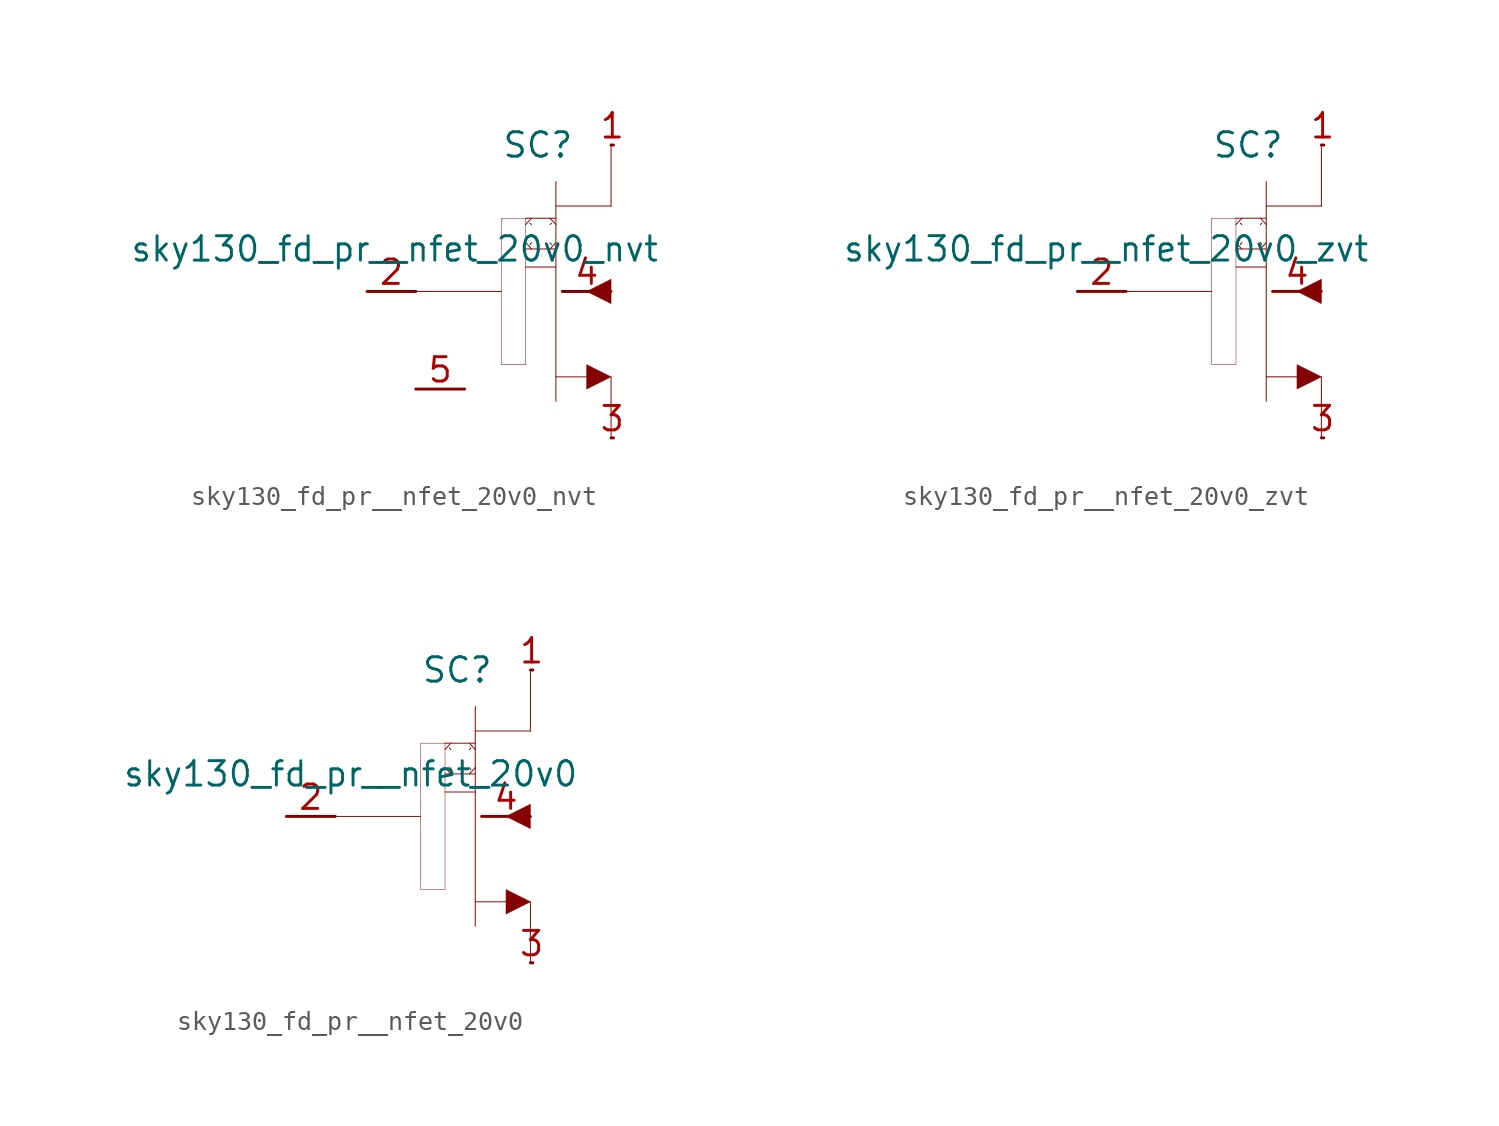
<source format=kicad_sym>
(kicad_symbol_lib
  (version 20211014)
  (generator kicad_symbol_editor)
  (symbol "sky130_fd_pr__nfet_20v0_nvt"
    (pin_names hide)
    (property "Reference" "SC"
      (at 1.27 7.62 0)
      (effects (font (size 1.27 1.27))))
    (property "Value" "sky130_fd_pr__nfet_20v0_nvt"
      (at 7.62 2.21 0)
      (effects (font (size 1.27 1.27)) (justify right)))
    (symbol "sky130_fd_pr__nfet_20v0_nvt_0_0"
      (polyline (pts (xy -5.08 0) (xy -0.635 0)) (stroke (width 0.051) (type default) (color 0 0 0 0)) (fill (type none)))
      (polyline (pts (xy 0.635 1.27) (xy 2.21 1.27)) (stroke (width 0.051) (type default) (color 0 0 0 0)) (fill (type none)))
      (polyline (pts (xy 0.635 2.21) (xy 2.21 2.21)) (stroke (width 0.051) (type default) (color 0 0 0 0)) (fill (type none)))
      (polyline (pts (xy 0.635 2.54) (xy 0.94 2.21)) (stroke (width 0.051) (type default) (color 0 0 0 0)) (fill (type none)))
      (polyline (pts (xy 0.635 3.48) (xy 0.94 3.81)) (stroke (width 0.051) (type default) (color 0 0 0 0)) (fill (type none)))
      (polyline (pts (xy 0.635 3.81) (xy 2.21 3.81)) (stroke (width 0.051) (type default) (color 0 0 0 0)) (fill (type none)))
      (polyline (pts (xy 0.864 2.438) (xy 0.94 2.54)) (stroke (width 0.051) (type default) (color 0 0 0 0)) (fill (type none)))
      (polyline (pts (xy 0.864 3.556) (xy 0.94 3.48)) (stroke (width 0.051) (type default) (color 0 0 0 0)) (fill (type none)))
      (polyline (pts (xy 1.905 2.21) (xy 2.21 2.54)) (stroke (width 0.051) (type default) (color 0 0 0 0)) (fill (type none)))
      (polyline (pts (xy 1.905 2.54) (xy 1.981 2.438)) (stroke (width 0.051) (type default) (color 0 0 0 0)) (fill (type none)))
      (polyline (pts (xy 1.905 3.48) (xy 1.981 3.556)) (stroke (width 0.051) (type default) (color 0 0 0 0)) (fill (type none)))
      (polyline (pts (xy 1.905 3.81) (xy 2.21 3.48)) (stroke (width 0.051) (type default) (color 0 0 0 0)) (fill (type none)))
      (polyline (pts (xy 2.21 -4.445) (xy 3.81 -4.445)) (stroke (width 0.051) (type default) (color 0 0 0 0)) (fill (type none)))
      (polyline (pts (xy 2.21 4.445) (xy 5.08 4.445)) (stroke (width 0.051) (type default) (color 0 0 0 0)) (fill (type none)))
      (polyline (pts (xy 2.21 5.715) (xy 2.21 -5.715)) (stroke (width 0.051) (type default) (color 0 0 0 0)) (fill (type none)))
      (polyline (pts (xy 5.08 -4.445) (xy 5.08 -7.62)) (stroke (width 0.051) (type default) (color 0 0 0 0)) (fill (type none)))
      (polyline (pts (xy 5.08 7.62) (xy 5.08 4.445)) (stroke (width 0.051) (type default) (color 0 0 0 0)) (fill (type none)))
      (polyline (pts (xy 3.81 -3.81) (xy 5.08 -4.445) (xy 3.81 -5.08) (xy 3.81 -3.81)) (stroke (width 0.025) (type default) (color 0 0 0 0)) (fill (type outline)))
      (polyline (pts (xy 5.08 0.635) (xy 3.81 0) (xy 5.08 -0.635) (xy 5.08 0.635)) (stroke (width 0.025) (type default) (color 0 0 0 0)) (fill (type outline)))
      (polyline (pts (xy -0.635 -3.81) (xy -0.635 3.81) (xy 0.635 3.81) (xy 0.635 -3.81) (xy -0.635 -3.81)) (stroke (width 0.025) (type default) (color 0 0 0 0)) (fill (type none))))
    (symbol "sky130_fd_pr__nfet_20v0_nvt_1_1"
      (pin bidirectional line (at 5.08 7.62 0) (length 0.127) (name "S" (effects (font (size 1.092 1.092)))) (number "1" (effects (font (size 1.27 1.27)))))
      (pin input line (at -7.62 0 0) (length 2.54) (name "G" (effects (font (size 1.092 1.092)))) (number "2" (effects (font (size 1.27 1.27)))))
      (pin bidirectional line (at 5.08 -7.62 0) (length 0.127) (name "S" (effects (font (size 1.092 1.092)))) (number "3" (effects (font (size 1.27 1.27)))))
      (pin input line (at 2.54 0 0) (length 2.54) (name "B" (effects (font (size 1.092 1.092)))) (number "4" (effects (font (size 1.27 1.27)))))
      (pin input line (at -5.08 -5.08 0) (length 2.54) (name "sub" (effects (font (size 1.092 1.092)))) (number "5" (effects (font (size 1.27 1.27)))))))
  (symbol "sky130_fd_pr__nfet_20v0_zvt"
    (pin_names hide)
    (property "Reference" "SC"
      (at 1.27 7.62 0)
      (effects (font (size 1.27 1.27))))
    (property "Value" "sky130_fd_pr__nfet_20v0_zvt"
      (at 7.62 2.21 0)
      (effects (font (size 1.27 1.27)) (justify right)))
    (symbol "sky130_fd_pr__nfet_20v0_zvt_0_0"
      (polyline (pts (xy -5.08 0) (xy -0.635 0)) (stroke (width 0.051) (type default) (color 0 0 0 0)) (fill (type none)))
      (polyline (pts (xy 0.635 1.27) (xy 2.21 1.27)) (stroke (width 0.051) (type default) (color 0 0 0 0)) (fill (type none)))
      (polyline (pts (xy 0.635 2.21) (xy 2.21 2.21)) (stroke (width 0.051) (type default) (color 0 0 0 0)) (fill (type none)))
      (polyline (pts (xy 0.635 2.54) (xy 0.94 2.21)) (stroke (width 0.051) (type default) (color 0 0 0 0)) (fill (type none)))
      (polyline (pts (xy 0.635 3.48) (xy 0.94 3.81)) (stroke (width 0.051) (type default) (color 0 0 0 0)) (fill (type none)))
      (polyline (pts (xy 0.635 3.81) (xy 2.21 3.81)) (stroke (width 0.051) (type default) (color 0 0 0 0)) (fill (type none)))
      (polyline (pts (xy 0.864 2.438) (xy 0.94 2.54)) (stroke (width 0.051) (type default) (color 0 0 0 0)) (fill (type none)))
      (polyline (pts (xy 0.864 3.556) (xy 0.94 3.48)) (stroke (width 0.051) (type default) (color 0 0 0 0)) (fill (type none)))
      (polyline (pts (xy 1.905 2.21) (xy 2.21 2.54)) (stroke (width 0.051) (type default) (color 0 0 0 0)) (fill (type none)))
      (polyline (pts (xy 1.905 2.54) (xy 1.981 2.438)) (stroke (width 0.051) (type default) (color 0 0 0 0)) (fill (type none)))
      (polyline (pts (xy 1.905 3.48) (xy 1.981 3.556)) (stroke (width 0.051) (type default) (color 0 0 0 0)) (fill (type none)))
      (polyline (pts (xy 1.905 3.81) (xy 2.21 3.48)) (stroke (width 0.051) (type default) (color 0 0 0 0)) (fill (type none)))
      (polyline (pts (xy 2.21 -4.445) (xy 3.81 -4.445)) (stroke (width 0.051) (type default) (color 0 0 0 0)) (fill (type none)))
      (polyline (pts (xy 2.21 4.445) (xy 5.08 4.445)) (stroke (width 0.051) (type default) (color 0 0 0 0)) (fill (type none)))
      (polyline (pts (xy 2.21 5.715) (xy 2.21 -5.715)) (stroke (width 0.051) (type default) (color 0 0 0 0)) (fill (type none)))
      (polyline (pts (xy 5.08 -4.445) (xy 5.08 -7.62)) (stroke (width 0.051) (type default) (color 0 0 0 0)) (fill (type none)))
      (polyline (pts (xy 5.08 7.62) (xy 5.08 4.445)) (stroke (width 0.051) (type default) (color 0 0 0 0)) (fill (type none)))
      (polyline (pts (xy 3.81 -3.81) (xy 5.08 -4.445) (xy 3.81 -5.08) (xy 3.81 -3.81)) (stroke (width 0.025) (type default) (color 0 0 0 0)) (fill (type outline)))
      (polyline (pts (xy 5.08 0.635) (xy 3.81 0) (xy 5.08 -0.635) (xy 5.08 0.635)) (stroke (width 0.025) (type default) (color 0 0 0 0)) (fill (type outline)))
      (polyline (pts (xy -0.635 -3.81) (xy -0.635 3.81) (xy 0.635 3.81) (xy 0.635 -3.81) (xy -0.635 -3.81)) (stroke (width 0.025) (type default) (color 0 0 0 0)) (fill (type none))))
    (symbol "sky130_fd_pr__nfet_20v0_zvt_1_1"
      (pin bidirectional line (at 5.08 7.62 0) (length 0.127) (name "S" (effects (font (size 1.092 1.092)))) (number "1" (effects (font (size 1.27 1.27)))))
      (pin input line (at -7.62 0 0) (length 2.54) (name "G" (effects (font (size 1.092 1.092)))) (number "2" (effects (font (size 1.27 1.27)))))
      (pin bidirectional line (at 5.08 -7.62 0) (length 0.127) (name "S" (effects (font (size 1.092 1.092)))) (number "3" (effects (font (size 1.27 1.27)))))
      (pin input line (at 2.54 0 0) (length 2.54) (name "B" (effects (font (size 1.092 1.092)))) (number "4" (effects (font (size 1.27 1.27)))))))
  (symbol "sky130_fd_pr__nfet_20v0"
    (pin_names hide)
    (property "Reference" "SC"
      (at 1.27 7.62 0)
      (effects (font (size 1.27 1.27))))
    (property "Value" "sky130_fd_pr__nfet_20v0"
      (at 7.62 2.21 0)
      (effects (font (size 1.27 1.27)) (justify right)))
    (symbol "sky130_fd_pr__nfet_20v0_0_0"
      (polyline (pts (xy -5.08 0) (xy -0.635 0)) (stroke (width 0.051) (type default) (color 0 0 0 0)) (fill (type none)))
      (polyline (pts (xy 0.635 1.27) (xy 2.21 1.27)) (stroke (width 0.051) (type default) (color 0 0 0 0)) (fill (type none)))
      (polyline (pts (xy 0.635 2.21) (xy 2.21 2.21)) (stroke (width 0.051) (type default) (color 0 0 0 0)) (fill (type none)))
      (polyline (pts (xy 0.635 2.54) (xy 0.94 2.21)) (stroke (width 0.051) (type default) (color 0 0 0 0)) (fill (type none)))
      (polyline (pts (xy 0.635 3.48) (xy 0.94 3.81)) (stroke (width 0.051) (type default) (color 0 0 0 0)) (fill (type none)))
      (polyline (pts (xy 0.635 3.81) (xy 2.21 3.81)) (stroke (width 0.051) (type default) (color 0 0 0 0)) (fill (type none)))
      (polyline (pts (xy 0.864 2.438) (xy 0.94 2.54)) (stroke (width 0.051) (type default) (color 0 0 0 0)) (fill (type none)))
      (polyline (pts (xy 0.864 3.556) (xy 0.94 3.48)) (stroke (width 0.051) (type default) (color 0 0 0 0)) (fill (type none)))
      (polyline (pts (xy 1.905 2.21) (xy 2.21 2.54)) (stroke (width 0.051) (type default) (color 0 0 0 0)) (fill (type none)))
      (polyline (pts (xy 1.905 2.54) (xy 1.981 2.438)) (stroke (width 0.051) (type default) (color 0 0 0 0)) (fill (type none)))
      (polyline (pts (xy 1.905 3.48) (xy 1.981 3.556)) (stroke (width 0.051) (type default) (color 0 0 0 0)) (fill (type none)))
      (polyline (pts (xy 1.905 3.81) (xy 2.21 3.48)) (stroke (width 0.051) (type default) (color 0 0 0 0)) (fill (type none)))
      (polyline (pts (xy 2.21 -4.445) (xy 3.81 -4.445)) (stroke (width 0.051) (type default) (color 0 0 0 0)) (fill (type none)))
      (polyline (pts (xy 2.21 4.445) (xy 5.08 4.445)) (stroke (width 0.051) (type default) (color 0 0 0 0)) (fill (type none)))
      (polyline (pts (xy 2.21 5.715) (xy 2.21 -5.715)) (stroke (width 0.051) (type default) (color 0 0 0 0)) (fill (type none)))
      (polyline (pts (xy 5.08 -4.445) (xy 5.08 -7.62)) (stroke (width 0.051) (type default) (color 0 0 0 0)) (fill (type none)))
      (polyline (pts (xy 5.08 7.62) (xy 5.08 4.445)) (stroke (width 0.051) (type default) (color 0 0 0 0)) (fill (type none)))
      (polyline (pts (xy 3.81 -3.81) (xy 5.08 -4.445) (xy 3.81 -5.08) (xy 3.81 -3.81)) (stroke (width 0.025) (type default) (color 0 0 0 0)) (fill (type outline)))
      (polyline (pts (xy 5.08 0.635) (xy 3.81 0) (xy 5.08 -0.635) (xy 5.08 0.635)) (stroke (width 0.025) (type default) (color 0 0 0 0)) (fill (type outline)))
      (polyline (pts (xy -0.635 -3.81) (xy -0.635 3.81) (xy 0.635 3.81) (xy 0.635 -3.81) (xy -0.635 -3.81)) (stroke (width 0.025) (type default) (color 0 0 0 0)) (fill (type none))))
    (symbol "sky130_fd_pr__nfet_20v0_1_1"
      (pin bidirectional line (at 5.08 7.62 0) (length 0.127) (name "S" (effects (font (size 1.092 1.092)))) (number "1" (effects (font (size 1.27 1.27)))))
      (pin input line (at -7.62 0 0) (length 2.54) (name "G" (effects (font (size 1.092 1.092)))) (number "2" (effects (font (size 1.27 1.27)))))
      (pin bidirectional line (at 5.08 -7.62 0) (length 0.127) (name "S" (effects (font (size 1.092 1.092)))) (number "3" (effects (font (size 1.27 1.27)))))
      (pin input line (at 2.54 0 0) (length 2.54) (name "B" (effects (font (size 1.092 1.092)))) (number "4" (effects (font (size 1.27 1.27))))))))
</source>
